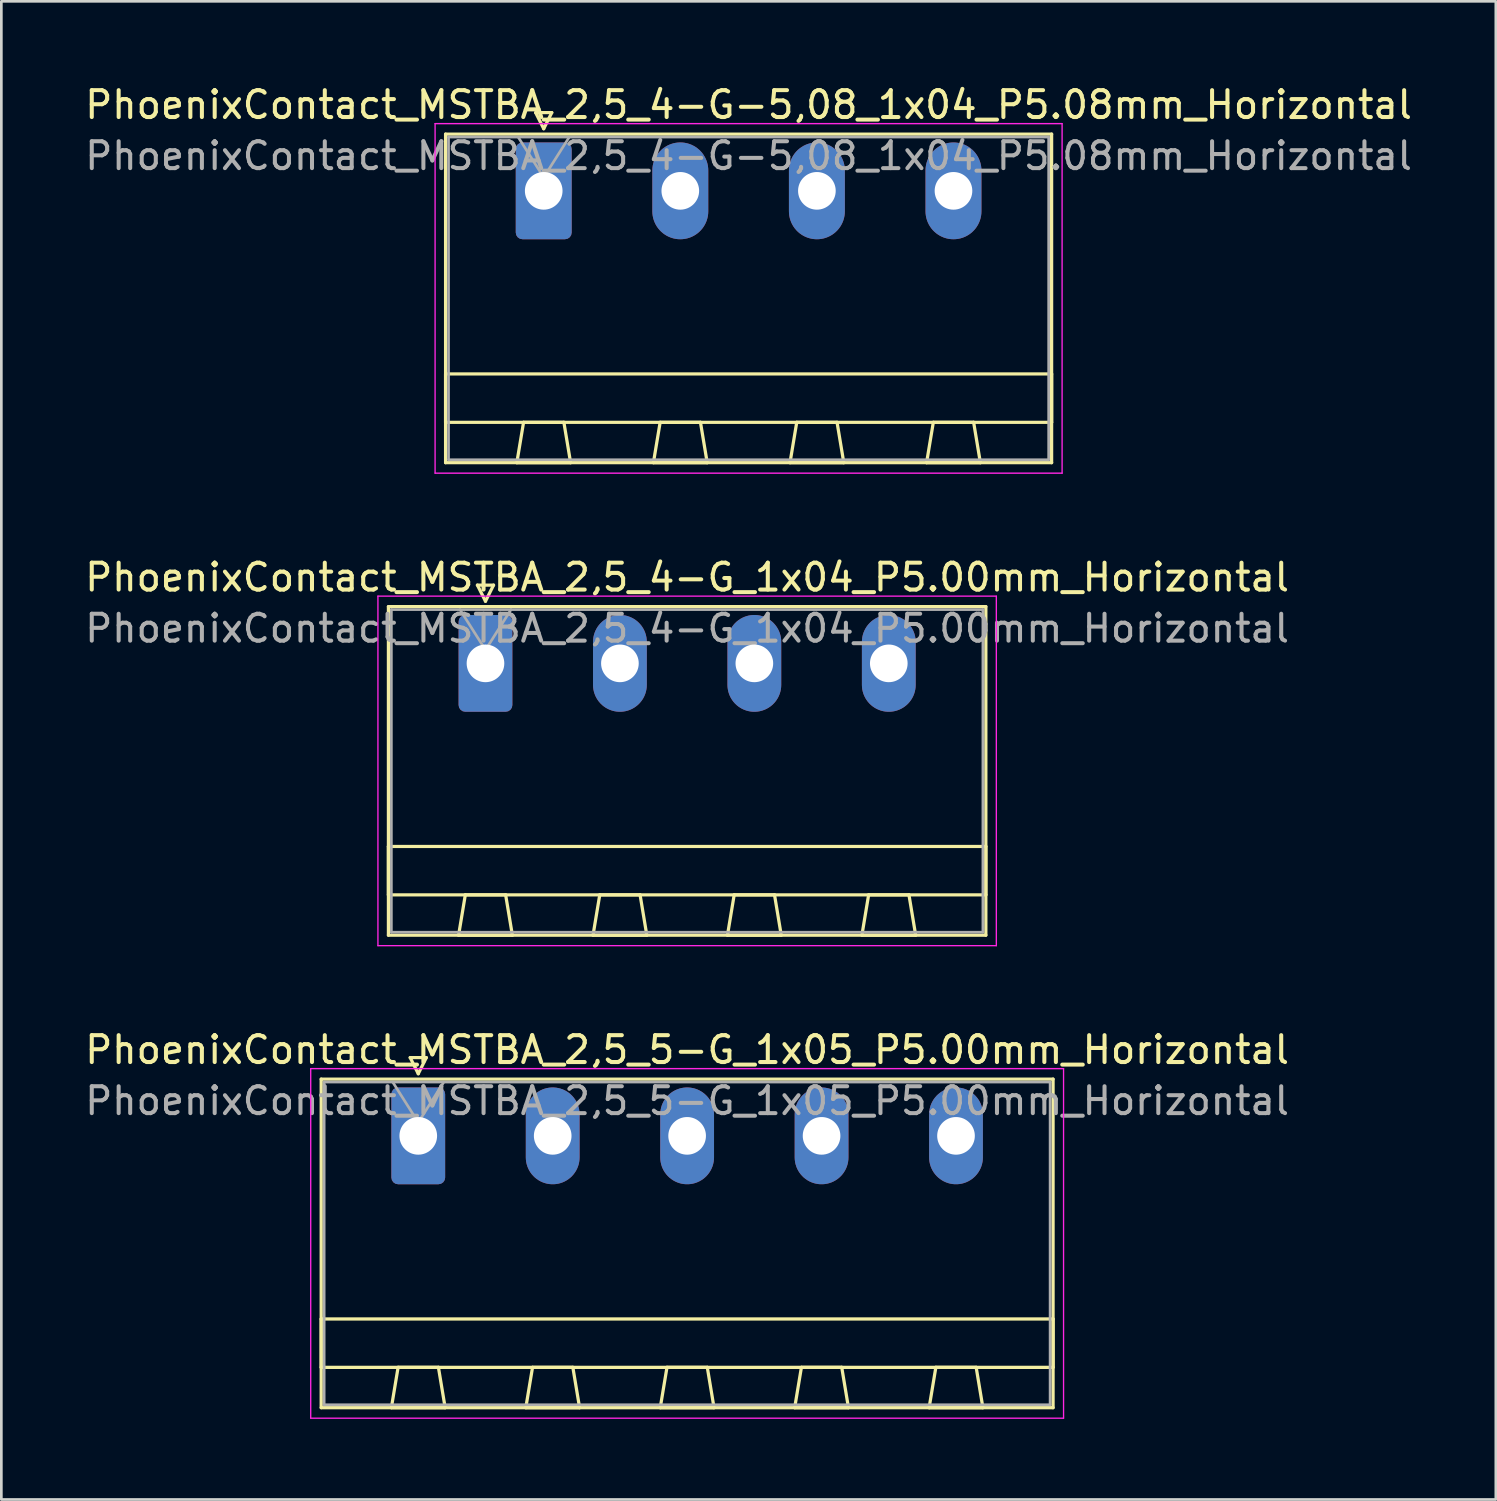
<source format=kicad_pcb>
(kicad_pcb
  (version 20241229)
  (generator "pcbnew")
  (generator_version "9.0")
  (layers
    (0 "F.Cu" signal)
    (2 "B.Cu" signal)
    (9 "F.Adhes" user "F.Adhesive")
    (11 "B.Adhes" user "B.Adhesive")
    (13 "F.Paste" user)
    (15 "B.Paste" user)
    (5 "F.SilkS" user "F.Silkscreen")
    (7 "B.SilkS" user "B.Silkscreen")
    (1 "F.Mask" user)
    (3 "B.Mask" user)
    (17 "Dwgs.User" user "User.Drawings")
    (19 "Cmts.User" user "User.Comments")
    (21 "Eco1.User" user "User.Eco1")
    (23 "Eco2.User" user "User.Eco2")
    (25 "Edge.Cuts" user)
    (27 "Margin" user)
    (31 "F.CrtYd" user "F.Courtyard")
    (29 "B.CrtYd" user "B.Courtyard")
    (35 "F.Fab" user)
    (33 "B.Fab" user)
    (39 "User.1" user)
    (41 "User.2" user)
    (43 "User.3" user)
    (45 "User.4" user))
  (footprint "PhoenixContact_MSTBA_2,5_4-G-5,08_1x04_P5.08mm_Horizontal"
    (layer "F.Cu")
    (at 17.172 4.048)
    (property "Reference" "PhoenixContact_MSTBA_2,5_4-G-5,08_1x04_P5.08mm_Horizontal" (at 7.62 -3.2 0) (layer "F.SilkS") (effects (font (size 1 1) (thickness 0.15))))
    (attr through_hole)
    (fp_line (start -3.65 -2.11) (end -3.65 10.11) (stroke (width 0.12) (type solid)) (layer "F.SilkS"))
    (fp_line (start -3.65 6.81) (end 18.89 6.81) (stroke (width 0.12) (type solid)) (layer "F.SilkS"))
    (fp_line (start -3.65 8.61) (end -3.65 6.81) (stroke (width 0.12) (type solid)) (layer "F.SilkS"))
    (fp_line (start -3.65 10.11) (end 18.89 10.11) (stroke (width 0.12) (type solid)) (layer "F.SilkS"))
    (fp_line (start -1 10.11) (end 1 10.11) (stroke (width 0.12) (type solid)) (layer "F.SilkS"))
    (fp_line (start -0.75 8.61) (end -1 10.11) (stroke (width 0.12) (type solid)) (layer "F.SilkS"))
    (fp_line (start -0.3 -2.91) (end 0.3 -2.91) (stroke (width 0.12) (type solid)) (layer "F.SilkS"))
    (fp_line (start 0 -2.31) (end -0.3 -2.91) (stroke (width 0.12) (type solid)) (layer "F.SilkS"))
    (fp_line (start 0.3 -2.91) (end 0 -2.31) (stroke (width 0.12) (type solid)) (layer "F.SilkS"))
    (fp_line (start 0.75 8.61) (end -0.75 8.61) (stroke (width 0.12) (type solid)) (layer "F.SilkS"))
    (fp_line (start 1 10.11) (end 0.75 8.61) (stroke (width 0.12) (type solid)) (layer "F.SilkS"))
    (fp_line (start 4.08 10.11) (end 6.08 10.11) (stroke (width 0.12) (type solid)) (layer "F.SilkS"))
    (fp_line (start 4.33 8.61) (end 4.08 10.11) (stroke (width 0.12) (type solid)) (layer "F.SilkS"))
    (fp_line (start 5.83 8.61) (end 4.33 8.61) (stroke (width 0.12) (type solid)) (layer "F.SilkS"))
    (fp_line (start 6.08 10.11) (end 5.83 8.61) (stroke (width 0.12) (type solid)) (layer "F.SilkS"))
    (fp_line (start 9.16 10.11) (end 11.16 10.11) (stroke (width 0.12) (type solid)) (layer "F.SilkS"))
    (fp_line (start 9.41 8.61) (end 9.16 10.11) (stroke (width 0.12) (type solid)) (layer "F.SilkS"))
    (fp_line (start 10.91 8.61) (end 9.41 8.61) (stroke (width 0.12) (type solid)) (layer "F.SilkS"))
    (fp_line (start 11.16 10.11) (end 10.91 8.61) (stroke (width 0.12) (type solid)) (layer "F.SilkS"))
    (fp_line (start 14.24 10.11) (end 16.24 10.11) (stroke (width 0.12) (type solid)) (layer "F.SilkS"))
    (fp_line (start 14.49 8.61) (end 14.24 10.11) (stroke (width 0.12) (type solid)) (layer "F.SilkS"))
    (fp_line (start 15.99 8.61) (end 14.49 8.61) (stroke (width 0.12) (type solid)) (layer "F.SilkS"))
    (fp_line (start 16.24 10.11) (end 15.99 8.61) (stroke (width 0.12) (type solid)) (layer "F.SilkS"))
    (fp_line (start 18.89 -2.11) (end -3.65 -2.11) (stroke (width 0.12) (type solid)) (layer "F.SilkS"))
    (fp_line (start 18.89 6.81) (end 18.89 8.61) (stroke (width 0.12) (type solid)) (layer "F.SilkS"))
    (fp_line (start 18.89 8.61) (end -3.65 8.61) (stroke (width 0.12) (type solid)) (layer "F.SilkS"))
    (fp_line (start 18.89 10.11) (end 18.89 -2.11) (stroke (width 0.12) (type solid)) (layer "F.SilkS"))
    (fp_line (start -4.04 -2.5) (end -4.04 10.5) (stroke (width 0.05) (type solid)) (layer "F.CrtYd"))
    (fp_line (start -4.04 10.5) (end 19.28 10.5) (stroke (width 0.05) (type solid)) (layer "F.CrtYd"))
    (fp_line (start 19.28 -2.5) (end -4.04 -2.5) (stroke (width 0.05) (type solid)) (layer "F.CrtYd"))
    (fp_line (start 19.28 10.5) (end 19.28 -2.5) (stroke (width 0.05) (type solid)) (layer "F.CrtYd"))
    (fp_line (start -3.54 -2) (end -3.54 10) (stroke (width 0.1) (type solid)) (layer "F.Fab"))
    (fp_line (start -3.54 10) (end 18.78 10) (stroke (width 0.1) (type solid)) (layer "F.Fab"))
    (fp_line (start 0 -0.5) (end -0.95 -2) (stroke (width 0.1) (type solid)) (layer "F.Fab"))
    (fp_line (start 0.95 -2) (end 0 -0.5) (stroke (width 0.1) (type solid)) (layer "F.Fab"))
    (fp_line (start 18.78 -2) (end -3.54 -2) (stroke (width 0.1) (type solid)) (layer "F.Fab"))
    (fp_line (start 18.78 10) (end 18.78 -2) (stroke (width 0.1) (type solid)) (layer "F.Fab"))
    (fp_text user "${REFERENCE}" (at 7.62 -1.3 0) (layer "F.Fab") (effects (font (size 1 1) (thickness 0.15))))
    (pad "1" thru_hole roundrect (at 0 0) (size 2.08 3.6) (drill 1.4) (layers "*.Cu" "*.Mask") (roundrect_rratio 0.12))
    (pad "2" thru_hole oval (at 5.08 0) (size 2.08 3.6) (drill 1.4) (layers "*.Cu" "*.Mask"))
    (pad "3" thru_hole oval (at 10.16 0) (size 2.08 3.6) (drill 1.4) (layers "*.Cu" "*.Mask"))
    (pad "4" thru_hole oval (at 15.24 0) (size 2.08 3.6) (drill 1.4) (layers "*.Cu" "*.Mask")))
  (footprint "PhoenixContact_MSTBA_2,5_4-G_1x04_P5.00mm_Horizontal"
    (layer "F.Cu")
    (at 15.006 21.622)
    (property "Reference" "PhoenixContact_MSTBA_2,5_4-G_1x04_P5.00mm_Horizontal" (at 7.5 -3.2 0) (layer "F.SilkS") (effects (font (size 1 1) (thickness 0.15))))
    (attr through_hole)
    (fp_line (start -3.61 -2.11) (end -3.61 10.11) (stroke (width 0.12) (type solid)) (layer "F.SilkS"))
    (fp_line (start -3.61 6.81) (end 18.61 6.81) (stroke (width 0.12) (type solid)) (layer "F.SilkS"))
    (fp_line (start -3.61 8.61) (end -3.61 6.81) (stroke (width 0.12) (type solid)) (layer "F.SilkS"))
    (fp_line (start -3.61 10.11) (end 18.61 10.11) (stroke (width 0.12) (type solid)) (layer "F.SilkS"))
    (fp_line (start -1 10.11) (end 1 10.11) (stroke (width 0.12) (type solid)) (layer "F.SilkS"))
    (fp_line (start -0.75 8.61) (end -1 10.11) (stroke (width 0.12) (type solid)) (layer "F.SilkS"))
    (fp_line (start -0.3 -2.91) (end 0.3 -2.91) (stroke (width 0.12) (type solid)) (layer "F.SilkS"))
    (fp_line (start 0 -2.31) (end -0.3 -2.91) (stroke (width 0.12) (type solid)) (layer "F.SilkS"))
    (fp_line (start 0.3 -2.91) (end 0 -2.31) (stroke (width 0.12) (type solid)) (layer "F.SilkS"))
    (fp_line (start 0.75 8.61) (end -0.75 8.61) (stroke (width 0.12) (type solid)) (layer "F.SilkS"))
    (fp_line (start 1 10.11) (end 0.75 8.61) (stroke (width 0.12) (type solid)) (layer "F.SilkS"))
    (fp_line (start 4 10.11) (end 6 10.11) (stroke (width 0.12) (type solid)) (layer "F.SilkS"))
    (fp_line (start 4.25 8.61) (end 4 10.11) (stroke (width 0.12) (type solid)) (layer "F.SilkS"))
    (fp_line (start 5.75 8.61) (end 4.25 8.61) (stroke (width 0.12) (type solid)) (layer "F.SilkS"))
    (fp_line (start 6 10.11) (end 5.75 8.61) (stroke (width 0.12) (type solid)) (layer "F.SilkS"))
    (fp_line (start 9 10.11) (end 11 10.11) (stroke (width 0.12) (type solid)) (layer "F.SilkS"))
    (fp_line (start 9.25 8.61) (end 9 10.11) (stroke (width 0.12) (type solid)) (layer "F.SilkS"))
    (fp_line (start 10.75 8.61) (end 9.25 8.61) (stroke (width 0.12) (type solid)) (layer "F.SilkS"))
    (fp_line (start 11 10.11) (end 10.75 8.61) (stroke (width 0.12) (type solid)) (layer "F.SilkS"))
    (fp_line (start 14 10.11) (end 16 10.11) (stroke (width 0.12) (type solid)) (layer "F.SilkS"))
    (fp_line (start 14.25 8.61) (end 14 10.11) (stroke (width 0.12) (type solid)) (layer "F.SilkS"))
    (fp_line (start 15.75 8.61) (end 14.25 8.61) (stroke (width 0.12) (type solid)) (layer "F.SilkS"))
    (fp_line (start 16 10.11) (end 15.75 8.61) (stroke (width 0.12) (type solid)) (layer "F.SilkS"))
    (fp_line (start 18.61 -2.11) (end -3.61 -2.11) (stroke (width 0.12) (type solid)) (layer "F.SilkS"))
    (fp_line (start 18.61 6.81) (end 18.61 8.61) (stroke (width 0.12) (type solid)) (layer "F.SilkS"))
    (fp_line (start 18.61 8.61) (end -3.61 8.61) (stroke (width 0.12) (type solid)) (layer "F.SilkS"))
    (fp_line (start 18.61 10.11) (end 18.61 -2.11) (stroke (width 0.12) (type solid)) (layer "F.SilkS"))
    (fp_line (start -4 -2.5) (end -4 10.5) (stroke (width 0.05) (type solid)) (layer "F.CrtYd"))
    (fp_line (start -4 10.5) (end 19 10.5) (stroke (width 0.05) (type solid)) (layer "F.CrtYd"))
    (fp_line (start 19 -2.5) (end -4 -2.5) (stroke (width 0.05) (type solid)) (layer "F.CrtYd"))
    (fp_line (start 19 10.5) (end 19 -2.5) (stroke (width 0.05) (type solid)) (layer "F.CrtYd"))
    (fp_line (start -3.5 -2) (end -3.5 10) (stroke (width 0.1) (type solid)) (layer "F.Fab"))
    (fp_line (start -3.5 10) (end 18.5 10) (stroke (width 0.1) (type solid)) (layer "F.Fab"))
    (fp_line (start 0 -0.5) (end -0.95 -2) (stroke (width 0.1) (type solid)) (layer "F.Fab"))
    (fp_line (start 0.95 -2) (end 0 -0.5) (stroke (width 0.1) (type solid)) (layer "F.Fab"))
    (fp_line (start 18.5 -2) (end -3.5 -2) (stroke (width 0.1) (type solid)) (layer "F.Fab"))
    (fp_line (start 18.5 10) (end 18.5 -2) (stroke (width 0.1) (type solid)) (layer "F.Fab"))
    (fp_text user "${REFERENCE}" (at 7.5 -1.3 0) (layer "F.Fab") (effects (font (size 1 1) (thickness 0.15))))
    (pad "1" thru_hole roundrect (at 0 0) (size 2 3.6) (drill 1.4) (layers "*.Cu" "*.Mask") (roundrect_rratio 0.125))
    (pad "2" thru_hole oval (at 5 0) (size 2 3.6) (drill 1.4) (layers "*.Cu" "*.Mask"))
    (pad "3" thru_hole oval (at 10 0) (size 2 3.6) (drill 1.4) (layers "*.Cu" "*.Mask"))
    (pad "4" thru_hole oval (at 15 0) (size 2 3.6) (drill 1.4) (layers "*.Cu" "*.Mask")))
  (footprint "PhoenixContact_MSTBA_2,5_5-G_1x05_P5.00mm_Horizontal"
    (layer "F.Cu")
    (at 12.506 39.195)
    (property "Reference" "PhoenixContact_MSTBA_2,5_5-G_1x05_P5.00mm_Horizontal" (at 10 -3.2 0) (layer "F.SilkS") (effects (font (size 1 1) (thickness 0.15))))
    (attr through_hole)
    (fp_line (start -3.61 -2.11) (end -3.61 10.11) (stroke (width 0.12) (type solid)) (layer "F.SilkS"))
    (fp_line (start -3.61 6.81) (end 23.61 6.81) (stroke (width 0.12) (type solid)) (layer "F.SilkS"))
    (fp_line (start -3.61 8.61) (end -3.61 6.81) (stroke (width 0.12) (type solid)) (layer "F.SilkS"))
    (fp_line (start -3.61 10.11) (end 23.61 10.11) (stroke (width 0.12) (type solid)) (layer "F.SilkS"))
    (fp_line (start -1 10.11) (end 1 10.11) (stroke (width 0.12) (type solid)) (layer "F.SilkS"))
    (fp_line (start -0.75 8.61) (end -1 10.11) (stroke (width 0.12) (type solid)) (layer "F.SilkS"))
    (fp_line (start -0.3 -2.91) (end 0.3 -2.91) (stroke (width 0.12) (type solid)) (layer "F.SilkS"))
    (fp_line (start 0 -2.31) (end -0.3 -2.91) (stroke (width 0.12) (type solid)) (layer "F.SilkS"))
    (fp_line (start 0.3 -2.91) (end 0 -2.31) (stroke (width 0.12) (type solid)) (layer "F.SilkS"))
    (fp_line (start 0.75 8.61) (end -0.75 8.61) (stroke (width 0.12) (type solid)) (layer "F.SilkS"))
    (fp_line (start 1 10.11) (end 0.75 8.61) (stroke (width 0.12) (type solid)) (layer "F.SilkS"))
    (fp_line (start 4 10.11) (end 6 10.11) (stroke (width 0.12) (type solid)) (layer "F.SilkS"))
    (fp_line (start 4.25 8.61) (end 4 10.11) (stroke (width 0.12) (type solid)) (layer "F.SilkS"))
    (fp_line (start 5.75 8.61) (end 4.25 8.61) (stroke (width 0.12) (type solid)) (layer "F.SilkS"))
    (fp_line (start 6 10.11) (end 5.75 8.61) (stroke (width 0.12) (type solid)) (layer "F.SilkS"))
    (fp_line (start 9 10.11) (end 11 10.11) (stroke (width 0.12) (type solid)) (layer "F.SilkS"))
    (fp_line (start 9.25 8.61) (end 9 10.11) (stroke (width 0.12) (type solid)) (layer "F.SilkS"))
    (fp_line (start 10.75 8.61) (end 9.25 8.61) (stroke (width 0.12) (type solid)) (layer "F.SilkS"))
    (fp_line (start 11 10.11) (end 10.75 8.61) (stroke (width 0.12) (type solid)) (layer "F.SilkS"))
    (fp_line (start 14 10.11) (end 16 10.11) (stroke (width 0.12) (type solid)) (layer "F.SilkS"))
    (fp_line (start 14.25 8.61) (end 14 10.11) (stroke (width 0.12) (type solid)) (layer "F.SilkS"))
    (fp_line (start 15.75 8.61) (end 14.25 8.61) (stroke (width 0.12) (type solid)) (layer "F.SilkS"))
    (fp_line (start 16 10.11) (end 15.75 8.61) (stroke (width 0.12) (type solid)) (layer "F.SilkS"))
    (fp_line (start 19 10.11) (end 21 10.11) (stroke (width 0.12) (type solid)) (layer "F.SilkS"))
    (fp_line (start 19.25 8.61) (end 19 10.11) (stroke (width 0.12) (type solid)) (layer "F.SilkS"))
    (fp_line (start 20.75 8.61) (end 19.25 8.61) (stroke (width 0.12) (type solid)) (layer "F.SilkS"))
    (fp_line (start 21 10.11) (end 20.75 8.61) (stroke (width 0.12) (type solid)) (layer "F.SilkS"))
    (fp_line (start 23.61 -2.11) (end -3.61 -2.11) (stroke (width 0.12) (type solid)) (layer "F.SilkS"))
    (fp_line (start 23.61 6.81) (end 23.61 8.61) (stroke (width 0.12) (type solid)) (layer "F.SilkS"))
    (fp_line (start 23.61 8.61) (end -3.61 8.61) (stroke (width 0.12) (type solid)) (layer "F.SilkS"))
    (fp_line (start 23.61 10.11) (end 23.61 -2.11) (stroke (width 0.12) (type solid)) (layer "F.SilkS"))
    (fp_line (start -4 -2.5) (end -4 10.5) (stroke (width 0.05) (type solid)) (layer "F.CrtYd"))
    (fp_line (start -4 10.5) (end 24 10.5) (stroke (width 0.05) (type solid)) (layer "F.CrtYd"))
    (fp_line (start 24 -2.5) (end -4 -2.5) (stroke (width 0.05) (type solid)) (layer "F.CrtYd"))
    (fp_line (start 24 10.5) (end 24 -2.5) (stroke (width 0.05) (type solid)) (layer "F.CrtYd"))
    (fp_line (start -3.5 -2) (end -3.5 10) (stroke (width 0.1) (type solid)) (layer "F.Fab"))
    (fp_line (start -3.5 10) (end 23.5 10) (stroke (width 0.1) (type solid)) (layer "F.Fab"))
    (fp_line (start 0 -0.5) (end -0.95 -2) (stroke (width 0.1) (type solid)) (layer "F.Fab"))
    (fp_line (start 0.95 -2) (end 0 -0.5) (stroke (width 0.1) (type solid)) (layer "F.Fab"))
    (fp_line (start 23.5 -2) (end -3.5 -2) (stroke (width 0.1) (type solid)) (layer "F.Fab"))
    (fp_line (start 23.5 10) (end 23.5 -2) (stroke (width 0.1) (type solid)) (layer "F.Fab"))
    (fp_text user "${REFERENCE}" (at 10 -1.3 0) (layer "F.Fab") (effects (font (size 1 1) (thickness 0.15))))
    (pad "1" thru_hole roundrect (at 0 0) (size 2 3.6) (drill 1.4) (layers "*.Cu" "*.Mask") (roundrect_rratio 0.125))
    (pad "2" thru_hole oval (at 5 0) (size 2 3.6) (drill 1.4) (layers "*.Cu" "*.Mask"))
    (pad "3" thru_hole oval (at 10 0) (size 2 3.6) (drill 1.4) (layers "*.Cu" "*.Mask"))
    (pad "4" thru_hole oval (at 15 0) (size 2 3.6) (drill 1.4) (layers "*.Cu" "*.Mask"))
    (pad "5" thru_hole oval (at 20 0) (size 2 3.6) (drill 1.4) (layers "*.Cu" "*.Mask")))
  (gr_rect
    (start -3 -3)
    (end 52.583 52.72)
    (stroke (width 0.1) (type default))
    (fill no)
    (layer "Edge.Cuts")))
</source>
